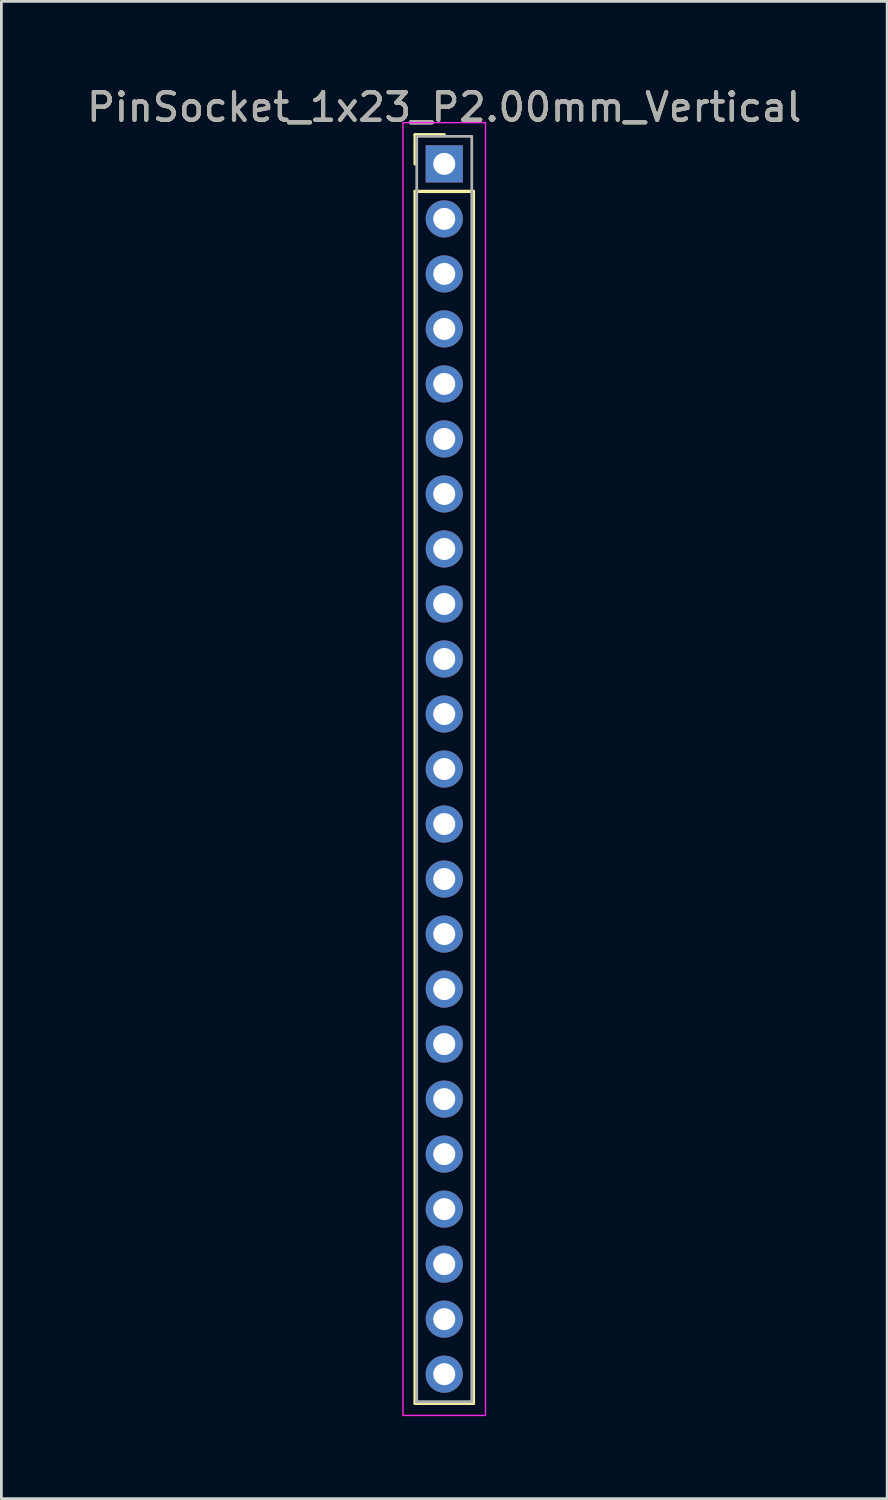
<source format=kicad_pcb>
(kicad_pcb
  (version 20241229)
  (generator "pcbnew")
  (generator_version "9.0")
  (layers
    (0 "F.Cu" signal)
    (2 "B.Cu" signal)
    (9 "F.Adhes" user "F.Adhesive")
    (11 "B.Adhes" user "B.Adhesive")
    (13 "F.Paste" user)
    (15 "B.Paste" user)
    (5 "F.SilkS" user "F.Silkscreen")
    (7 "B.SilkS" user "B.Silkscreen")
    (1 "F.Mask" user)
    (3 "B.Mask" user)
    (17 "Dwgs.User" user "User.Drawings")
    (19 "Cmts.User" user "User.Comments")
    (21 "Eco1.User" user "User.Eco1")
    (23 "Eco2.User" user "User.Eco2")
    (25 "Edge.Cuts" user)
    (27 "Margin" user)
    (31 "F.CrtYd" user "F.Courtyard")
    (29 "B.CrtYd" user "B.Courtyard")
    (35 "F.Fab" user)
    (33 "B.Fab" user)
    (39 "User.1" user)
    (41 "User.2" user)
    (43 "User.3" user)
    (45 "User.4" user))
  (footprint "PinSocket_1x23_P2.00mm_Vertical"
    (layer "F.Cu")
    (at 13.101 2.908)
    (property "Reference" "PinSocket_1x23_P2.00mm_Vertical" (at 0 -2.06 0) (layer "F.SilkS") (effects (font (size 1 1) (thickness 0.15))))
    (attr through_hole)
    (fp_line (start -1.06 -1.06) (end 0 -1.06) (stroke (width 0.12) (type solid)) (layer "F.SilkS"))
    (fp_line (start -1.06 0) (end -1.06 -1.06) (stroke (width 0.12) (type solid)) (layer "F.SilkS"))
    (fp_line (start -1.06 1) (end -1.06 45.06) (stroke (width 0.12) (type solid)) (layer "F.SilkS"))
    (fp_line (start -1.06 45.06) (end 1.06 45.06) (stroke (width 0.12) (type solid)) (layer "F.SilkS"))
    (fp_line (start 1.06 1) (end -1.06 1) (stroke (width 0.12) (type solid)) (layer "F.SilkS"))
    (fp_line (start 1.06 45.06) (end 1.06 1) (stroke (width 0.12) (type solid)) (layer "F.SilkS"))
    (fp_line (start -1.5 -1.5) (end -1.5 45.5) (stroke (width 0.05) (type solid)) (layer "F.CrtYd"))
    (fp_line (start -1.5 45.5) (end 1.5 45.5) (stroke (width 0.05) (type solid)) (layer "F.CrtYd"))
    (fp_line (start 1.5 -1.5) (end -1.5 -1.5) (stroke (width 0.05) (type solid)) (layer "F.CrtYd"))
    (fp_line (start 1.5 45.5) (end 1.5 -1.5) (stroke (width 0.05) (type solid)) (layer "F.CrtYd"))
    (fp_line (start -1 -1) (end -1 45) (stroke (width 0.1) (type solid)) (layer "F.Fab"))
    (fp_line (start -1 45) (end 1 45) (stroke (width 0.1) (type solid)) (layer "F.Fab"))
    (fp_line (start 1 -1) (end -1 -1) (stroke (width 0.1) (type solid)) (layer "F.Fab"))
    (fp_line (start 1 45) (end 1 -1) (stroke (width 0.1) (type solid)) (layer "F.Fab"))
    (fp_text user "${REFERENCE}" (at 0 -2.06 0) (layer "F.Fab") (effects (font (size 1 1) (thickness 0.15))))
    (pad "1" thru_hole rect (at 0 0) (size 1.35 1.35) (drill 0.8) (layers "*.Cu" "*.Mask"))
    (pad "2" thru_hole oval (at 0 2) (size 1.35 1.35) (drill 0.8) (layers "*.Cu" "*.Mask"))
    (pad "3" thru_hole oval (at 0 4) (size 1.35 1.35) (drill 0.8) (layers "*.Cu" "*.Mask"))
    (pad "4" thru_hole oval (at 0 6) (size 1.35 1.35) (drill 0.8) (layers "*.Cu" "*.Mask"))
    (pad "5" thru_hole oval (at 0 8) (size 1.35 1.35) (drill 0.8) (layers "*.Cu" "*.Mask"))
    (pad "6" thru_hole oval (at 0 10) (size 1.35 1.35) (drill 0.8) (layers "*.Cu" "*.Mask"))
    (pad "7" thru_hole oval (at 0 12) (size 1.35 1.35) (drill 0.8) (layers "*.Cu" "*.Mask"))
    (pad "8" thru_hole oval (at 0 14) (size 1.35 1.35) (drill 0.8) (layers "*.Cu" "*.Mask"))
    (pad "9" thru_hole oval (at 0 16) (size 1.35 1.35) (drill 0.8) (layers "*.Cu" "*.Mask"))
    (pad "10" thru_hole oval (at 0 18) (size 1.35 1.35) (drill 0.8) (layers "*.Cu" "*.Mask"))
    (pad "11" thru_hole oval (at 0 20) (size 1.35 1.35) (drill 0.8) (layers "*.Cu" "*.Mask"))
    (pad "12" thru_hole oval (at 0 22) (size 1.35 1.35) (drill 0.8) (layers "*.Cu" "*.Mask"))
    (pad "13" thru_hole oval (at 0 24) (size 1.35 1.35) (drill 0.8) (layers "*.Cu" "*.Mask"))
    (pad "14" thru_hole oval (at 0 26) (size 1.35 1.35) (drill 0.8) (layers "*.Cu" "*.Mask"))
    (pad "15" thru_hole oval (at 0 28) (size 1.35 1.35) (drill 0.8) (layers "*.Cu" "*.Mask"))
    (pad "16" thru_hole oval (at 0 30) (size 1.35 1.35) (drill 0.8) (layers "*.Cu" "*.Mask"))
    (pad "17" thru_hole oval (at 0 32) (size 1.35 1.35) (drill 0.8) (layers "*.Cu" "*.Mask"))
    (pad "18" thru_hole oval (at 0 34) (size 1.35 1.35) (drill 0.8) (layers "*.Cu" "*.Mask"))
    (pad "19" thru_hole oval (at 0 36) (size 1.35 1.35) (drill 0.8) (layers "*.Cu" "*.Mask"))
    (pad "20" thru_hole oval (at 0 38) (size 1.35 1.35) (drill 0.8) (layers "*.Cu" "*.Mask"))
    (pad "21" thru_hole oval (at 0 40) (size 1.35 1.35) (drill 0.8) (layers "*.Cu" "*.Mask"))
    (pad "22" thru_hole oval (at 0 42) (size 1.35 1.35) (drill 0.8) (layers "*.Cu" "*.Mask"))
    (pad "23" thru_hole oval (at 0 44) (size 1.35 1.35) (drill 0.8) (layers "*.Cu" "*.Mask")))
  (gr_rect
    (start -3 -3)
    (end 29.202 51.433)
    (stroke (width 0.1) (type default))
    (fill no)
    (layer "Edge.Cuts")))
</source>
